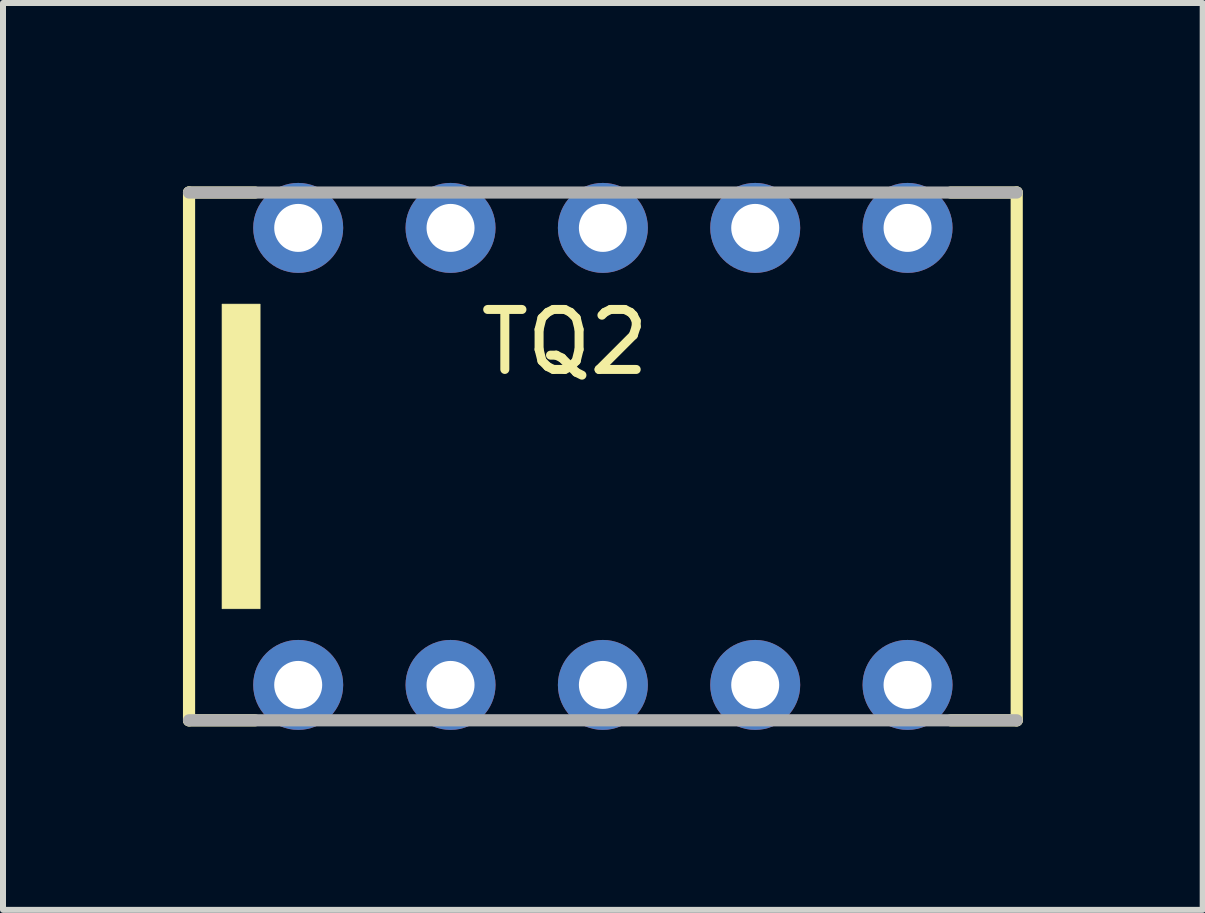
<source format=kicad_pcb>
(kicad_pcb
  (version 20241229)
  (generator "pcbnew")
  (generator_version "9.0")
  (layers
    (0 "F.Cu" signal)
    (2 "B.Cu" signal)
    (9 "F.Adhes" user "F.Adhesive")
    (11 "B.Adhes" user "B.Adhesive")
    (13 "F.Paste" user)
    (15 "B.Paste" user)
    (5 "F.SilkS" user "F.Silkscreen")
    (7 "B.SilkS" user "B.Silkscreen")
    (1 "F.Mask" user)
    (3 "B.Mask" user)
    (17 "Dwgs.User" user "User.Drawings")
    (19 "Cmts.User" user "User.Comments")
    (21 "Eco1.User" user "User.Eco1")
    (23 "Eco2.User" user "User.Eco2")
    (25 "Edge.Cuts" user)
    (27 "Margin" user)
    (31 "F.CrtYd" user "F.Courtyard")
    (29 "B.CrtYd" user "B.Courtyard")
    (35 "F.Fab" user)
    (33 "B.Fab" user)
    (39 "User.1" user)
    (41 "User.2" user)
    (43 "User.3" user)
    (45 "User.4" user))
  (footprint "TQ2"
    (layer "F.Cu")
    (at 7.002 4.56)
    (property "Reference" "TQ2" (at -0.635 -1.905 0) (layer "F.SilkS") (effects (font (size 1 1) (thickness 0.15))))
    (attr through_hole)
    (fp_line (start -6.9 -4.4) (end -5.8 -4.4) (stroke (width 0.203) (type solid)) (layer "F.SilkS"))
    (fp_line (start -6.9 4.4) (end -6.9 -4.4) (stroke (width 0.203) (type solid)) (layer "F.SilkS"))
    (fp_line (start -5.8 4.4) (end -6.9 4.4) (stroke (width 0.203) (type solid)) (layer "F.SilkS"))
    (fp_line (start 5.8 -4.4) (end 6.9 -4.4) (stroke (width 0.203) (type solid)) (layer "F.SilkS"))
    (fp_line (start 6.9 -4.4) (end 6.9 4.4) (stroke (width 0.203) (type solid)) (layer "F.SilkS"))
    (fp_line (start 6.9 4.4) (end 5.8 4.4) (stroke (width 0.203) (type solid)) (layer "F.SilkS"))
    (fp_poly (pts (xy -6.35 -2.54) (xy -5.715 -2.54) (xy -5.715 2.54) (xy -6.35 2.54)) (stroke (width 0.01) (type solid)) (fill yes) (layer "F.SilkS"))
    (fp_line (start -6.9 -4.4) (end 6.9 -4.4) (stroke (width 0.203) (type solid)) (layer "F.Fab"))
    (fp_line (start 6.9 4.4) (end -6.9 4.4) (stroke (width 0.203) (type solid)) (layer "F.Fab"))
    (pad "1" thru_hole circle (at -5.08 3.81) (size 1.5 1.5) (drill 0.8) (layers "*.Cu" "*.Mask"))
    (pad "2" thru_hole circle (at -2.54 3.81) (size 1.5 1.5) (drill 0.8) (layers "*.Cu" "*.Mask"))
    (pad "3" thru_hole circle (at 0 3.81) (size 1.5 1.5) (drill 0.8) (layers "*.Cu" "*.Mask"))
    (pad "4" thru_hole circle (at 2.54 3.81) (size 1.5 1.5) (drill 0.8) (layers "*.Cu" "*.Mask"))
    (pad "5" thru_hole circle (at 5.08 3.81) (size 1.5 1.5) (drill 0.8) (layers "*.Cu" "*.Mask"))
    (pad "6" thru_hole circle (at 5.08 -3.81) (size 1.5 1.5) (drill 0.8) (layers "*.Cu" "*.Mask"))
    (pad "7" thru_hole circle (at 2.54 -3.81) (size 1.5 1.5) (drill 0.8) (layers "*.Cu" "*.Mask"))
    (pad "8" thru_hole circle (at 0 -3.81) (size 1.5 1.5) (drill 0.8) (layers "*.Cu" "*.Mask"))
    (pad "9" thru_hole circle (at -2.54 -3.81) (size 1.5 1.5) (drill 0.8) (layers "*.Cu" "*.Mask"))
    (pad "10" thru_hole circle (at -5.08 -3.81) (size 1.5 1.5) (drill 0.8) (layers "*.Cu" "*.Mask")))
  (gr_rect
    (start -3 -3)
    (end 17.003 12.12)
    (stroke (width 0.1) (type default))
    (fill no)
    (layer "Edge.Cuts")))
</source>
